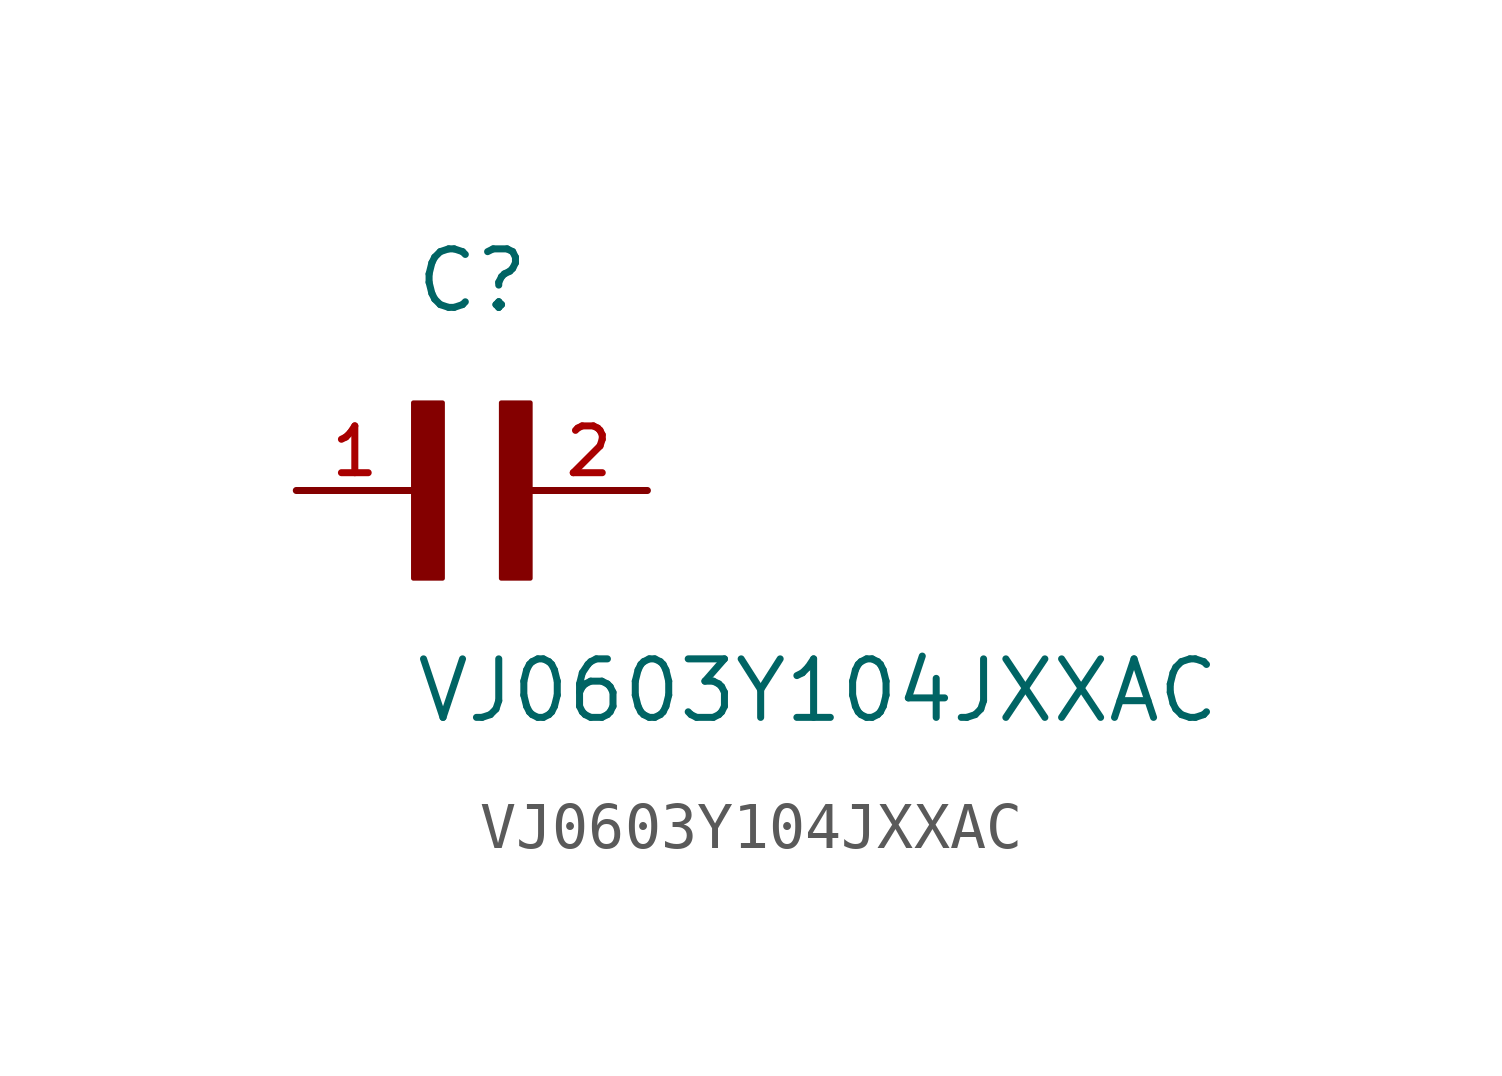
<source format=kicad_sym>
(kicad_symbol_lib
  (version 20211014)
  (generator kicad_symbol_editor)
  (symbol "VJ0603Y104JXXAC"
    (pin_names
      (offset 1.016))
    (property "Reference" "C"
      (at 0.0 3.811 0)
      (effects (font (size 1.27 1.27)) (justify bottom left)))
    (property "Value" "VJ0603Y104JXXAC"
      (at 0.0 -5.088 0)
      (effects (font (size 1.27 1.27)) (justify bottom left)))
    (symbol "VJ0603Y104JXXAC_0_0"
      (rectangle (start 0.0 -1.907) (end 0.635 1.905) (stroke (width 0.1)) (fill (type outline)))
      (rectangle (start 1.907 -1.907) (end 2.54 1.905) (stroke (width 0.1)) (fill (type outline)))
      (pin passive line (at 5.08 0.0 180.0) (length 2.54) (name "~" (effects (font (size 1.016 1.016)))) (number "2" (effects (font (size 1.016 1.016)))))
      (pin passive line (at -2.54 0.0 0) (length 2.54) (name "~" (effects (font (size 1.016 1.016)))) (number "1" (effects (font (size 1.016 1.016))))))))
</source>
